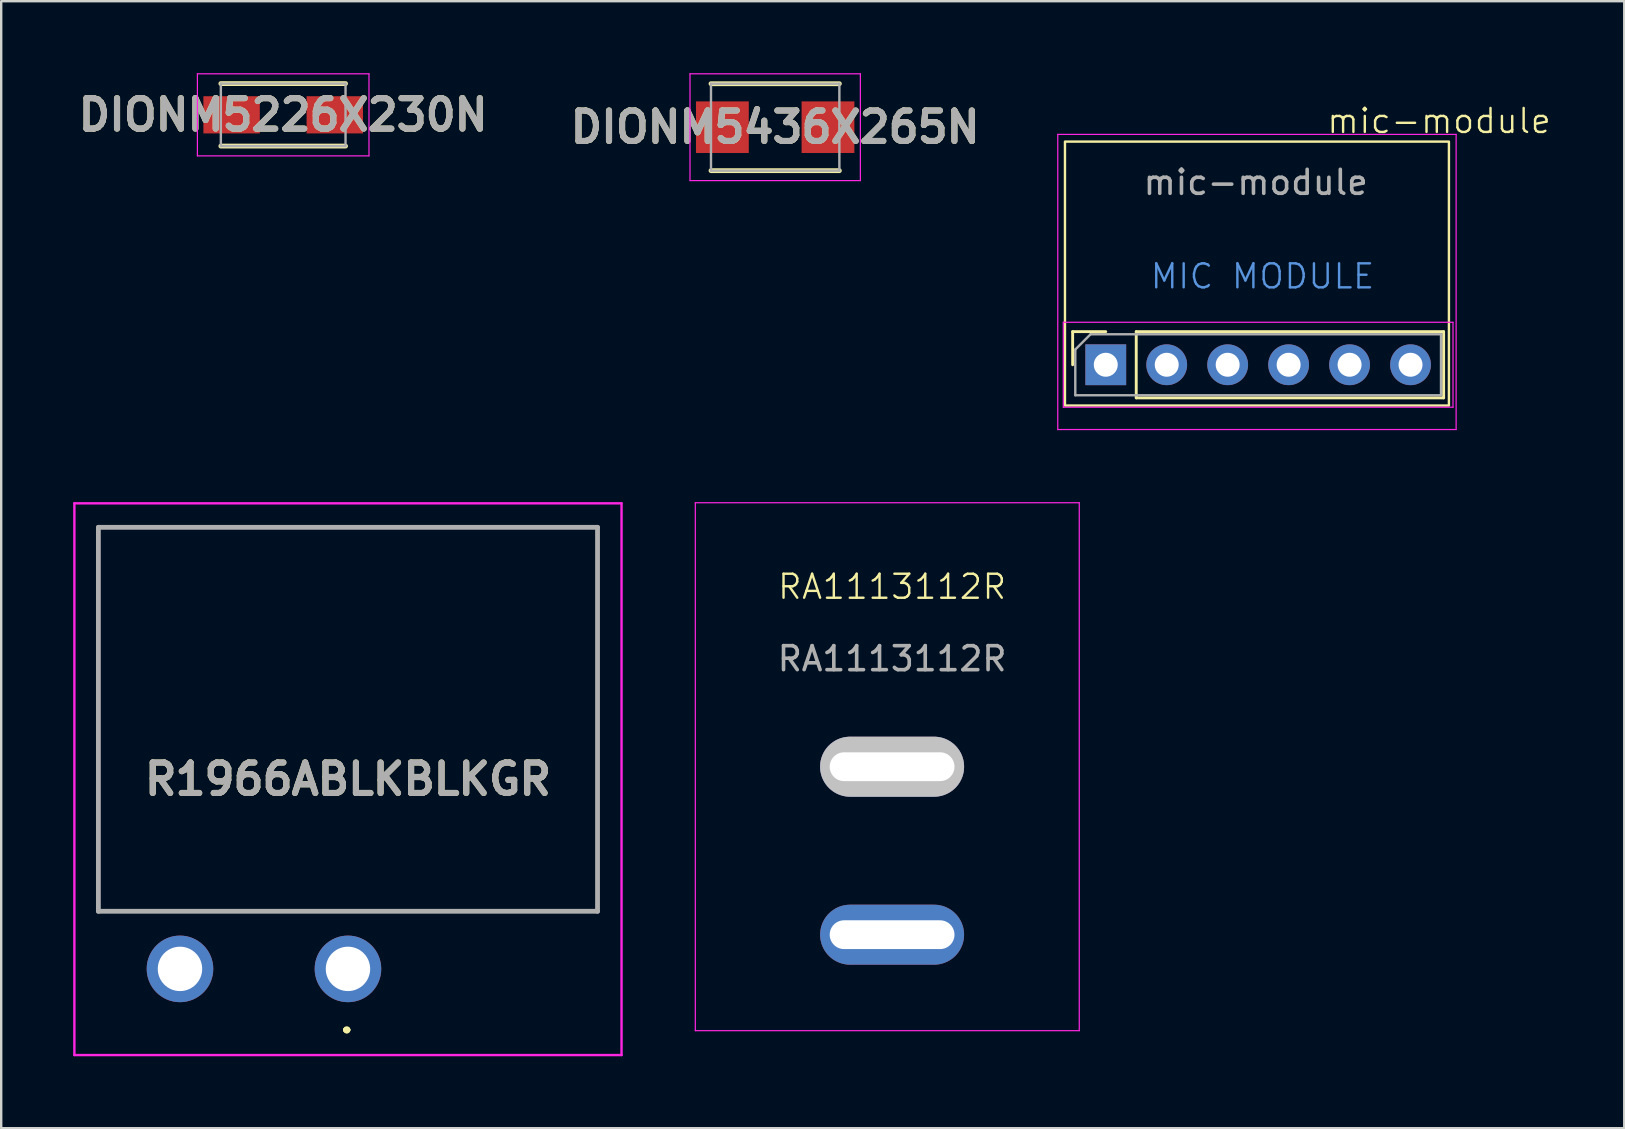
<source format=kicad_pcb>
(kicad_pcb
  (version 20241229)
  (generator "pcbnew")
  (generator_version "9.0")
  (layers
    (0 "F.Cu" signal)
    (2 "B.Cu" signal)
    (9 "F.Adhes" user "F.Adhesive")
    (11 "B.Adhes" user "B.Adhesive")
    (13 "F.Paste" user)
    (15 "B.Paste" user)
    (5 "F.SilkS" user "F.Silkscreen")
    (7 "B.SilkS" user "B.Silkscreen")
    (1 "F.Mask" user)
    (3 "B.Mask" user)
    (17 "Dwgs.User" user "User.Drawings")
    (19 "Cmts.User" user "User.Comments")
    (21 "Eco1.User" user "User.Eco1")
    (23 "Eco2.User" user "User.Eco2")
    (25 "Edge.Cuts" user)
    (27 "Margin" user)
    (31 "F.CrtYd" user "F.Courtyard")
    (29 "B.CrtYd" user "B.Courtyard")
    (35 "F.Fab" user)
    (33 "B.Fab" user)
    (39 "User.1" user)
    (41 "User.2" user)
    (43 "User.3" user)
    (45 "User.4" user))
  (footprint "R1966ABLKBLKGR"
    (layer "F.Cu")
    (at 11.45 37.325)
    (property "Reference" "R1966ABLKBLKGR" (at 0 -7.905 0) (layer "F.SilkS") (effects (font (size 1.27 1.27) (thickness 0.254))))
    (attr through_hole)
    (fp_line (start -10.4 -18.4) (end 10.4 -18.4) (stroke (width 0.1) (type solid)) (layer "F.SilkS"))
    (fp_line (start -10.4 -2.4) (end -10.4 -18.4) (stroke (width 0.1) (type solid)) (layer "F.SilkS"))
    (fp_line (start -0.1 2.54) (end -0.1 2.54) (stroke (width 0.2) (type solid)) (layer "F.SilkS"))
    (fp_line (start -0.1 2.54) (end -0.1 2.54) (stroke (width 0.2) (type solid)) (layer "F.SilkS"))
    (fp_line (start 0 2.54) (end 0 2.54) (stroke (width 0.2) (type solid)) (layer "F.SilkS"))
    (fp_line (start 10.4 -18.4) (end 10.4 -2.4) (stroke (width 0.1) (type solid)) (layer "F.SilkS"))
    (fp_line (start 10.4 -2.4) (end -10.4 -2.4) (stroke (width 0.1) (type solid)) (layer "F.SilkS"))
    (fp_arc (start -0.1 2.54) (mid -0.05 2.49) (end 0 2.54) (stroke (width 0.2) (type solid)) (layer "F.SilkS"))
    (fp_arc (start 0 2.54) (mid -0.05 2.59) (end -0.1 2.54) (stroke (width 0.2) (type solid)) (layer "F.SilkS"))
    (fp_arc (start 0 2.54) (mid -0.05 2.59) (end -0.1 2.54) (stroke (width 0.2) (type solid)) (layer "F.SilkS"))
    (fp_line (start -11.4 -19.4) (end 11.4 -19.4) (stroke (width 0.1) (type solid)) (layer "F.CrtYd"))
    (fp_line (start -11.4 3.59) (end -11.4 -19.4) (stroke (width 0.1) (type solid)) (layer "F.CrtYd"))
    (fp_line (start 11.4 -19.4) (end 11.4 3.59) (stroke (width 0.1) (type solid)) (layer "F.CrtYd"))
    (fp_line (start 11.4 3.59) (end -11.4 3.59) (stroke (width 0.1) (type solid)) (layer "F.CrtYd"))
    (fp_line (start -10.4 -18.4) (end -10.4 -2.4) (stroke (width 0.2) (type solid)) (layer "F.Fab"))
    (fp_line (start -10.4 -2.4) (end 10.4 -2.4) (stroke (width 0.2) (type solid)) (layer "F.Fab"))
    (fp_line (start 10.4 -18.4) (end -10.4 -18.4) (stroke (width 0.2) (type solid)) (layer "F.Fab"))
    (fp_line (start 10.4 -2.4) (end 10.4 -18.4) (stroke (width 0.2) (type solid)) (layer "F.Fab"))
    (fp_text user "${REFERENCE}" (at 0 -7.905 0) (layer "F.Fab") (effects (font (size 1.27 1.27) (thickness 0.254))))
    (pad "1" thru_hole circle (at 0 0) (size 2.775 2.775) (drill 1.85) (layers "*.Cu" "*.Mask"))
    (pad "A1" thru_hole circle (at -7 0) (size 2.775 2.775) (drill 1.85) (layers "*.Cu" "*.Mask")))
  (footprint "DIONM5436X265N"
    (layer "F.Cu")
    (at 29.253 2.25)
    (property "Reference" "DIONM5436X265N" (at 0 0 0) (layer "F.SilkS") (effects (font (size 1.27 1.27) (thickness 0.254))))
    (attr smd)
    (fp_line (start -2.675 1.812) (end 2.675 1.812) (stroke (width 0.2) (type solid)) (layer "F.SilkS"))
    (fp_line (start 2.675 -1.812) (end -2.675 -1.812) (stroke (width 0.2) (type solid)) (layer "F.SilkS"))
    (fp_line (start -3.55 -2.225) (end 3.55 -2.225) (stroke (width 0.05) (type solid)) (layer "F.CrtYd"))
    (fp_line (start -3.55 2.225) (end -3.55 -2.225) (stroke (width 0.05) (type solid)) (layer "F.CrtYd"))
    (fp_line (start 3.55 -2.225) (end 3.55 2.225) (stroke (width 0.05) (type solid)) (layer "F.CrtYd"))
    (fp_line (start 3.55 2.225) (end -3.55 2.225) (stroke (width 0.05) (type solid)) (layer "F.CrtYd"))
    (fp_line (start -2.675 -1.812) (end 2.675 -1.812) (stroke (width 0.1) (type solid)) (layer "F.Fab"))
    (fp_line (start -2.675 1.812) (end -2.675 -1.812) (stroke (width 0.1) (type solid)) (layer "F.Fab"))
    (fp_line (start 2.675 -1.812) (end 2.675 1.812) (stroke (width 0.1) (type solid)) (layer "F.Fab"))
    (fp_line (start 2.675 1.812) (end -2.675 1.812) (stroke (width 0.1) (type solid)) (layer "F.Fab"))
    (fp_text user "${REFERENCE}" (at 0 0 0) (layer "F.Fab") (effects (font (size 1.27 1.27) (thickness 0.254))))
    (pad "1" smd rect (at -2.2 0 90) (size 2.15 2.2) (layers "F.Cu" "F.Mask" "F.Paste"))
    (pad "2" smd rect (at 2.2 0 90) (size 2.15 2.2) (layers "F.Cu" "F.Mask" "F.Paste")))
  (footprint "DIONM5226X230N"
    (layer "F.Cu")
    (at 8.751 1.735)
    (property "Reference" "DIONM5226X230N" (at 0 0 0) (layer "F.SilkS") (effects (font (size 1.27 1.27) (thickness 0.254))))
    (attr smd)
    (fp_line (start -2.598 1.302) (end 2.598 1.302) (stroke (width 0.2) (type solid)) (layer "F.SilkS"))
    (fp_line (start 2.598 -1.302) (end -2.598 -1.302) (stroke (width 0.2) (type solid)) (layer "F.SilkS"))
    (fp_line (start -3.575 -1.71) (end 3.575 -1.71) (stroke (width 0.05) (type solid)) (layer "F.CrtYd"))
    (fp_line (start -3.575 1.71) (end -3.575 -1.71) (stroke (width 0.05) (type solid)) (layer "F.CrtYd"))
    (fp_line (start 3.575 -1.71) (end 3.575 1.71) (stroke (width 0.05) (type solid)) (layer "F.CrtYd"))
    (fp_line (start 3.575 1.71) (end -3.575 1.71) (stroke (width 0.05) (type solid)) (layer "F.CrtYd"))
    (fp_line (start -2.598 -1.302) (end 2.598 -1.302) (stroke (width 0.1) (type solid)) (layer "F.Fab"))
    (fp_line (start -2.598 1.302) (end -2.598 -1.302) (stroke (width 0.1) (type solid)) (layer "F.Fab"))
    (fp_line (start 2.598 -1.302) (end 2.598 1.302) (stroke (width 0.1) (type solid)) (layer "F.Fab"))
    (fp_line (start 2.598 1.302) (end -2.598 1.302) (stroke (width 0.1) (type solid)) (layer "F.Fab"))
    (fp_text user "${REFERENCE}" (at 0 0 0) (layer "F.Fab") (effects (font (size 1.27 1.27) (thickness 0.254))))
    (pad "1" smd rect (at -2.15 0 90) (size 1.55 2.35) (layers "F.Cu" "F.Mask" "F.Paste"))
    (pad "2" smd rect (at 2.15 0 90) (size 1.55 2.35) (layers "F.Cu" "F.Mask" "F.Paste")))
  (footprint "RA1113112R"
    (layer "F.Cu")
    (at 34.125 21.9)
    (property "Reference" "RA1113112R" (at 0 -0.5 0) (unlocked yes) (layer "F.SilkS") (effects (font (size 1 1) (thickness 0.1))))
    (attr through_hole)
    (fp_line (start -8.2 -4) (end 7.8 -4) (stroke (width 0.05) (type default)) (layer "F.CrtYd"))
    (fp_line (start -8.2 18) (end -8.2 -4) (stroke (width 0.05) (type default)) (layer "F.CrtYd"))
    (fp_line (start 7.8 -4) (end 7.8 18) (stroke (width 0.05) (type default)) (layer "F.CrtYd"))
    (fp_line (start 7.8 18) (end -8.2 18) (stroke (width 0.05) (type default)) (layer "F.CrtYd"))
    (fp_text user "${REFERENCE}" (at 0 2.5 0) (unlocked yes) (layer "F.Fab") (effects (font (size 1 1) (thickness 0.15))))
    (pad "1" thru_hole oval (at 0 14) (size 6 2.5) (drill oval 5.2 1.2) (layers "*.Cu" "*.Mask"))
    (pad "2" thru_hole oval (at 0 7) (size 6 2.5) (drill oval 5.2 1.2) (layers "*.Cu" "*.Mask" "Dwgs.User")))
  (footprint "mic-module"
    (layer "F.Cu")
    (at 51.329 0.25)
    (property "Reference" "mic-module" (at 5.59 1.74 0) (unlocked yes) (layer "F.SilkS") (effects (font (size 1 1) (thickness 0.1))))
    (attr smd)
    (fp_line (start -9.68 10.52) (end -9.68 11.9) (stroke (width 0.12) (type solid)) (layer "F.SilkS"))
    (fp_line (start -8.3 10.52) (end -9.68 10.52) (stroke (width 0.12) (type solid)) (layer "F.SilkS"))
    (fp_line (start -7.03 10.52) (end -7.03 13.28) (stroke (width 0.12) (type solid)) (layer "F.SilkS"))
    (fp_line (start -7.03 10.52) (end 5.78 10.52) (stroke (width 0.12) (type solid)) (layer "F.SilkS"))
    (fp_line (start -7.03 13.28) (end 5.78 13.28) (stroke (width 0.12) (type solid)) (layer "F.SilkS"))
    (fp_line (start 5.78 10.52) (end 5.78 13.28) (stroke (width 0.12) (type solid)) (layer "F.SilkS"))
    (fp_rect (start -10 2.6) (end 6 13.6) (stroke (width 0.1) (type default)) (fill no) (layer "F.SilkS"))
    (fp_line (start -10.3 2.3) (end -10.3 14.6) (stroke (width 0.05) (type solid)) (layer "F.CrtYd"))
    (fp_line (start -10.3 14.6) (end 6.3 14.6) (stroke (width 0.05) (type solid)) (layer "F.CrtYd"))
    (fp_line (start -10.07 10.13) (end 6.17 10.13) (stroke (width 0.05) (type solid)) (layer "F.CrtYd"))
    (fp_line (start -10.07 13.67) (end -10.07 10.13) (stroke (width 0.05) (type solid)) (layer "F.CrtYd"))
    (fp_line (start 6.17 10.13) (end 6.17 13.67) (stroke (width 0.05) (type solid)) (layer "F.CrtYd"))
    (fp_line (start 6.17 13.67) (end -10.07 13.67) (stroke (width 0.05) (type solid)) (layer "F.CrtYd"))
    (fp_line (start 6.3 2.3) (end -10.3 2.3) (stroke (width 0.05) (type solid)) (layer "F.CrtYd"))
    (fp_line (start 6.3 2.3) (end 6.3 14.6) (stroke (width 0.05) (type solid)) (layer "F.CrtYd"))
    (fp_line (start -9.57 11.265) (end -9.57 13.17) (stroke (width 0.1) (type solid)) (layer "F.Fab"))
    (fp_line (start -9.57 13.17) (end 5.67 13.17) (stroke (width 0.1) (type solid)) (layer "F.Fab"))
    (fp_line (start -8.935 10.63) (end -9.57 11.265) (stroke (width 0.1) (type solid)) (layer "F.Fab"))
    (fp_line (start 5.67 10.63) (end -8.935 10.63) (stroke (width 0.1) (type solid)) (layer "F.Fab"))
    (fp_line (start 5.67 13.17) (end 5.67 10.63) (stroke (width 0.1) (type solid)) (layer "F.Fab"))
    (fp_text user "MIC MODULE" (at -6.5 8.8 0) (unlocked yes) (layer "Cmts.User") (effects (font (size 1 1) (thickness 0.1)) (justify left bottom)))
    (fp_text user "${REFERENCE}" (at -2.05 4.3 0) (layer "F.Fab") (effects (font (size 1 1) (thickness 0.15))))
    (pad "1" thru_hole rect (at -8.3 11.9 270) (size 1.7 1.7) (drill 1) (layers "*.Cu" "*.Mask"))
    (pad "2" thru_hole circle (at -5.76 11.9 270) (size 1.7 1.7) (drill 1) (layers "*.Cu" "*.Mask"))
    (pad "3" thru_hole circle (at -3.22 11.9 270) (size 1.7 1.7) (drill 1) (layers "*.Cu" "*.Mask"))
    (pad "4" thru_hole circle (at -0.68 11.9 270) (size 1.7 1.7) (drill 1) (layers "*.Cu" "*.Mask"))
    (pad "5" thru_hole circle (at 1.86 11.9 270) (size 1.7 1.7) (drill 1) (layers "*.Cu" "*.Mask"))
    (pad "6" thru_hole circle (at 4.4 11.9 270) (size 1.7 1.7) (drill 1) (layers "*.Cu" "*.Mask")))
  (gr_rect
    (start -3 -3)
    (end 64.635 43.965)
    (stroke (width 0.1) (type default))
    (fill no)
    (layer "Edge.Cuts")))
</source>
